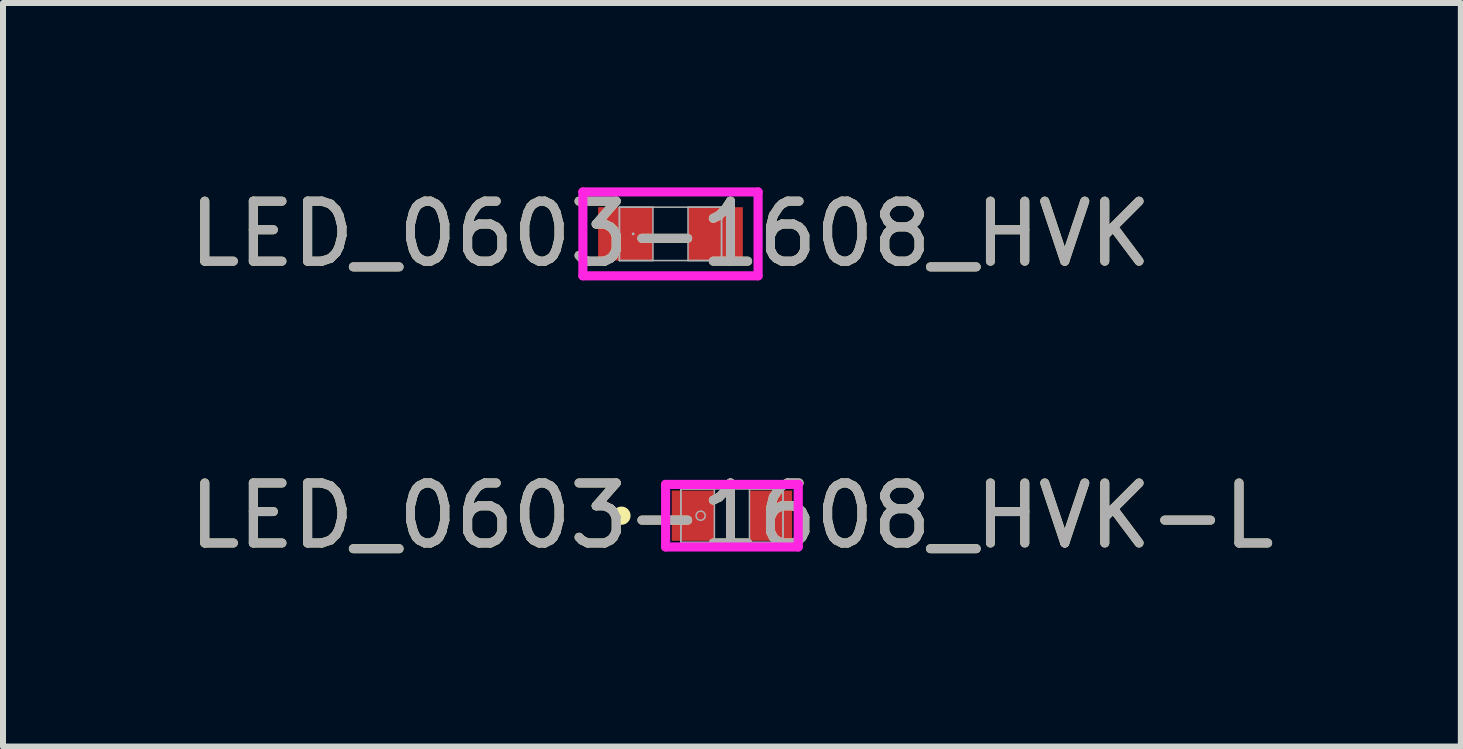
<source format=kicad_pcb>
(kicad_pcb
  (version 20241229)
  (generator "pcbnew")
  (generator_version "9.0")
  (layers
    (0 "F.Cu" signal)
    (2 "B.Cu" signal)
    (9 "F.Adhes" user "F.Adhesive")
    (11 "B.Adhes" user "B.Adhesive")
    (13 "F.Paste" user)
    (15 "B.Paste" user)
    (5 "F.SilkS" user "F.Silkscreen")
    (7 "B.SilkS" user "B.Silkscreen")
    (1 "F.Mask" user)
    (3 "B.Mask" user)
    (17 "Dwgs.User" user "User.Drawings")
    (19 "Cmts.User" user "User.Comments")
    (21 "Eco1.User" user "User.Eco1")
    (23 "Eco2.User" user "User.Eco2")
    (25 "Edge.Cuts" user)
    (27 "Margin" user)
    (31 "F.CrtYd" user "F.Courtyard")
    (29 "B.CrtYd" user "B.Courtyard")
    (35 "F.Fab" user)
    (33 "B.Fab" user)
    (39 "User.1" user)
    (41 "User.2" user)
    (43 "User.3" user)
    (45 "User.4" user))
  (footprint "LED_0603-1608_HVK"
    (layer "F.Cu")
    (at 8.125 0.848)
    (property "Reference" "LED_0603-1608_HVK" (at 0 0 0) (unlocked yes) (layer "F.SilkS") (effects (font (size 1 1) (thickness 0.15))))
    (attr smd)
    (fp_line (start -1.46 -0.699) (end 1.46 -0.699) (stroke (width 0.152) (type solid)) (layer "F.CrtYd"))
    (fp_line (start -1.46 0.699) (end -1.46 -0.699) (stroke (width 0.152) (type solid)) (layer "F.CrtYd"))
    (fp_line (start 1.46 -0.699) (end 1.46 0.699) (stroke (width 0.152) (type solid)) (layer "F.CrtYd"))
    (fp_line (start 1.46 0.699) (end -1.46 0.699) (stroke (width 0.152) (type solid)) (layer "F.CrtYd"))
    (fp_line (start -0.851 -0.445) (end -0.851 0.445) (stroke (width 0.025) (type solid)) (layer "F.Fab"))
    (fp_line (start -0.851 -0.445) (end -0.851 0.445) (stroke (width 0.025) (type solid)) (layer "F.Fab"))
    (fp_line (start -0.851 0.445) (end -0.292 0.445) (stroke (width 0.025) (type solid)) (layer "F.Fab"))
    (fp_line (start -0.851 0.445) (end 0.851 0.445) (stroke (width 0.025) (type solid)) (layer "F.Fab"))
    (fp_line (start -0.292 -0.445) (end -0.851 -0.445) (stroke (width 0.025) (type solid)) (layer "F.Fab"))
    (fp_line (start -0.292 0.445) (end -0.292 -0.445) (stroke (width 0.025) (type solid)) (layer "F.Fab"))
    (fp_line (start 0.292 -0.445) (end 0.292 0.445) (stroke (width 0.025) (type solid)) (layer "F.Fab"))
    (fp_line (start 0.292 0.445) (end 0.851 0.445) (stroke (width 0.025) (type solid)) (layer "F.Fab"))
    (fp_line (start 0.851 -0.445) (end -0.851 -0.445) (stroke (width 0.025) (type solid)) (layer "F.Fab"))
    (fp_line (start 0.851 -0.445) (end 0.292 -0.445) (stroke (width 0.025) (type solid)) (layer "F.Fab"))
    (fp_line (start 0.851 0.445) (end 0.851 -0.445) (stroke (width 0.025) (type solid)) (layer "F.Fab"))
    (fp_line (start 0.851 0.445) (end 0.851 -0.445) (stroke (width 0.025) (type solid)) (layer "F.Fab"))
    (fp_circle (center -0.622 0) (end -0.622 0) (stroke (width 0.025) (type solid)) (fill no) (layer "F.Fab"))
    (fp_text user "${REFERENCE}" (at 0 0 0) (unlocked yes) (layer "F.Fab") (effects (font (size 1 1) (thickness 0.15))))
    (pad "1" smd rect (at -0.749 0) (size 0.914 0.889) (layers "F.Cu" "F.Mask" "F.Paste"))
    (pad "2" smd rect (at 0.749 0) (size 0.914 0.889) (layers "F.Cu" "F.Mask" "F.Paste"))
    (zone (net_name "") (layer "F.Cu") (hatch full 0.508) (connect_pads) (min_thickness 0.254) (filled_areas_thickness no) (keepout (tracks not_allowed) (vias not_allowed) (pads allowed) (copperpour not_allowed) (footprints allowed)) (placement (enabled no)) (fill) (polygon (pts (xy 7.884 0.455) (xy 8.366 0.455) (xy 8.366 1.242) (xy 7.884 1.242)))))
  (footprint "LED_0603-1608_HVK-L"
    (layer "F.Cu")
    (at 9.149 5.545)
    (property "Reference" "LED_0603-1608_HVK-L" (at 0 0 0) (unlocked yes) (layer "F.SilkS") (effects (font (size 1 1) (thickness 0.15))))
    (attr smd)
    (fp_circle (center -1.841 0) (end -1.765 0) (stroke (width 0.152) (type solid)) (fill no) (layer "F.SilkS"))
    (fp_line (start -1.105 -0.521) (end 1.105 -0.521) (stroke (width 0.152) (type solid)) (layer "F.CrtYd"))
    (fp_line (start -1.105 0.521) (end -1.105 -0.521) (stroke (width 0.152) (type solid)) (layer "F.CrtYd"))
    (fp_line (start 1.105 -0.521) (end 1.105 0.521) (stroke (width 0.152) (type solid)) (layer "F.CrtYd"))
    (fp_line (start 1.105 0.521) (end -1.105 0.521) (stroke (width 0.152) (type solid)) (layer "F.CrtYd"))
    (fp_line (start -0.851 -0.445) (end -0.851 0.445) (stroke (width 0.025) (type solid)) (layer "F.Fab"))
    (fp_line (start -0.851 -0.445) (end -0.851 0.445) (stroke (width 0.025) (type solid)) (layer "F.Fab"))
    (fp_line (start -0.851 0.445) (end -0.292 0.445) (stroke (width 0.025) (type solid)) (layer "F.Fab"))
    (fp_line (start -0.851 0.445) (end 0.851 0.445) (stroke (width 0.025) (type solid)) (layer "F.Fab"))
    (fp_line (start -0.292 -0.445) (end -0.851 -0.445) (stroke (width 0.025) (type solid)) (layer "F.Fab"))
    (fp_line (start -0.292 0.445) (end -0.292 -0.445) (stroke (width 0.025) (type solid)) (layer "F.Fab"))
    (fp_line (start 0.292 -0.445) (end 0.292 0.445) (stroke (width 0.025) (type solid)) (layer "F.Fab"))
    (fp_line (start 0.292 0.445) (end 0.851 0.445) (stroke (width 0.025) (type solid)) (layer "F.Fab"))
    (fp_line (start 0.851 -0.445) (end -0.851 -0.445) (stroke (width 0.025) (type solid)) (layer "F.Fab"))
    (fp_line (start 0.851 -0.445) (end 0.292 -0.445) (stroke (width 0.025) (type solid)) (layer "F.Fab"))
    (fp_line (start 0.851 0.445) (end 0.851 -0.445) (stroke (width 0.025) (type solid)) (layer "F.Fab"))
    (fp_line (start 0.851 0.445) (end 0.851 -0.445) (stroke (width 0.025) (type solid)) (layer "F.Fab"))
    (fp_circle (center -0.521 0) (end -0.445 0) (stroke (width 0.025) (type solid)) (fill no) (layer "F.Fab"))
    (fp_text user "${REFERENCE}" (at 0 0 0) (unlocked yes) (layer "F.Fab") (effects (font (size 1 1) (thickness 0.15))))
    (pad "1" smd rect (at -0.648 0) (size 0.711 0.838) (layers "F.Cu" "F.Mask" "F.Paste"))
    (pad "2" smd rect (at 0.648 0) (size 0.711 0.838) (layers "F.Cu" "F.Mask" "F.Paste"))
    (zone (net_name "") (layer "F.Cu") (hatch full 0.508) (connect_pads) (min_thickness 0.254) (filled_areas_thickness no) (keepout (tracks not_allowed) (vias not_allowed) (pads allowed) (copperpour not_allowed) (footprints allowed)) (placement (enabled no)) (fill) (polygon (pts (xy 8.908 5.151) (xy 9.39 5.151) (xy 9.39 5.938) (xy 8.908 5.938)))))
  (gr_rect
    (start -3 -3)
    (end 21.298 9.393)
    (stroke (width 0.1) (type default))
    (fill no)
    (layer "Edge.Cuts")))
</source>
